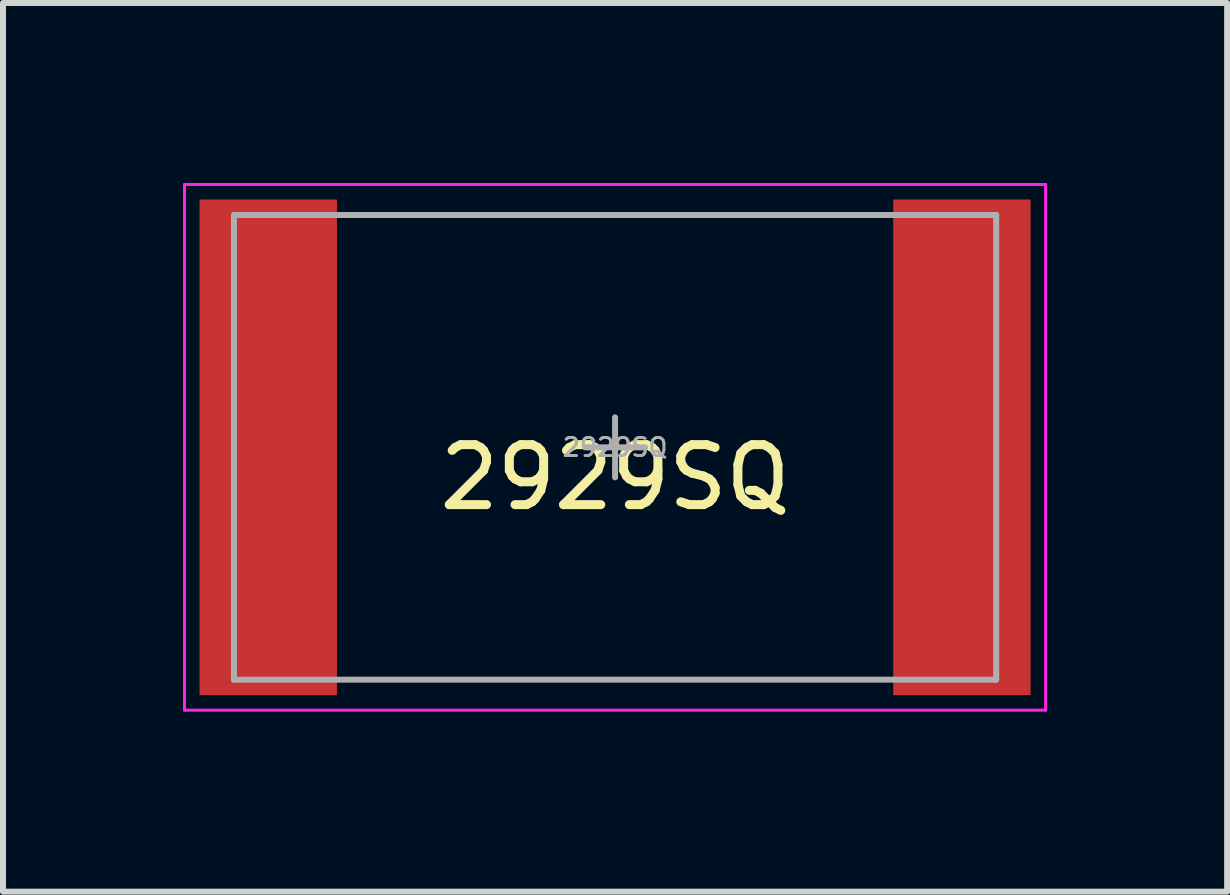
<source format=kicad_pcb>
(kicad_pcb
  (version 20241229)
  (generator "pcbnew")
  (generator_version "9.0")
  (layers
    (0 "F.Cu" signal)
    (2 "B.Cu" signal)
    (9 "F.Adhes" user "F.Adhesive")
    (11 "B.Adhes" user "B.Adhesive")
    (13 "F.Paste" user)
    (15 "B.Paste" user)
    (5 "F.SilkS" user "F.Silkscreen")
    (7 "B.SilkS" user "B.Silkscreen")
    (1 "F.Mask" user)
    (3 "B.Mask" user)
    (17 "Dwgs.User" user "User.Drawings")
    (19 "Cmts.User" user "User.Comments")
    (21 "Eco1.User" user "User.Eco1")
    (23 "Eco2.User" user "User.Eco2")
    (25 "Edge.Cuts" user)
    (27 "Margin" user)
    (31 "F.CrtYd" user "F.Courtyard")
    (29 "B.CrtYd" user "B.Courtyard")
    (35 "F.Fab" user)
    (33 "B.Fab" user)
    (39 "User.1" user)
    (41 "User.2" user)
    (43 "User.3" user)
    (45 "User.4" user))
  (footprint "2929SQ"
    (layer "F.Cu")
    (at 7.2 4.405)
    (property "Reference" "2929SQ" (at 0 0.5 0) (layer "F.SilkS") (effects (font (size 1 1) (thickness 0.15))))
    (attr through_hole)
    (fp_line (start -7.175 -4.38) (end -7.175 4.38) (stroke (width 0.05) (type solid)) (layer "F.CrtYd"))
    (fp_line (start -7.175 -4.38) (end 7.175 -4.38) (stroke (width 0.05) (type solid)) (layer "F.CrtYd"))
    (fp_line (start 7.175 -4.38) (end 7.175 4.38) (stroke (width 0.05) (type solid)) (layer "F.CrtYd"))
    (fp_line (start 7.175 4.38) (end -7.175 4.38) (stroke (width 0.05) (type solid)) (layer "F.CrtYd"))
    (fp_line (start -6.351 -3.872) (end 6.351 -3.872) (stroke (width 0.1) (type solid)) (layer "F.Fab"))
    (fp_line (start -6.351 3.872) (end -6.351 -3.872) (stroke (width 0.1) (type solid)) (layer "F.Fab"))
    (fp_line (start -0.5 0) (end 0.5 0) (stroke (width 0.1) (type solid)) (layer "F.Fab"))
    (fp_line (start 0 -0.5) (end 0 0.5) (stroke (width 0.1) (type solid)) (layer "F.Fab"))
    (fp_line (start 6.351 -3.872) (end 6.351 3.872) (stroke (width 0.1) (type solid)) (layer "F.Fab"))
    (fp_line (start 6.351 3.872) (end -6.351 3.872) (stroke (width 0.1) (type solid)) (layer "F.Fab"))
    (fp_text user "${REFERENCE}" (at 0 0 0) (layer "F.Fab") (effects (font (size 0.3 0.3) (thickness 0.05))))
    (pad "1" smd rect (at -5.78 0) (size 2.29 8.26) (layers "F.Cu" "F.Mask" "F.Paste"))
    (pad "2" smd rect (at 5.78 0) (size 2.29 8.26) (layers "F.Cu" "F.Mask" "F.Paste")))
  (gr_rect
    (start -3 -3)
    (end 17.4 11.81)
    (stroke (width 0.1) (type default))
    (fill no)
    (layer "Edge.Cuts")))
</source>
